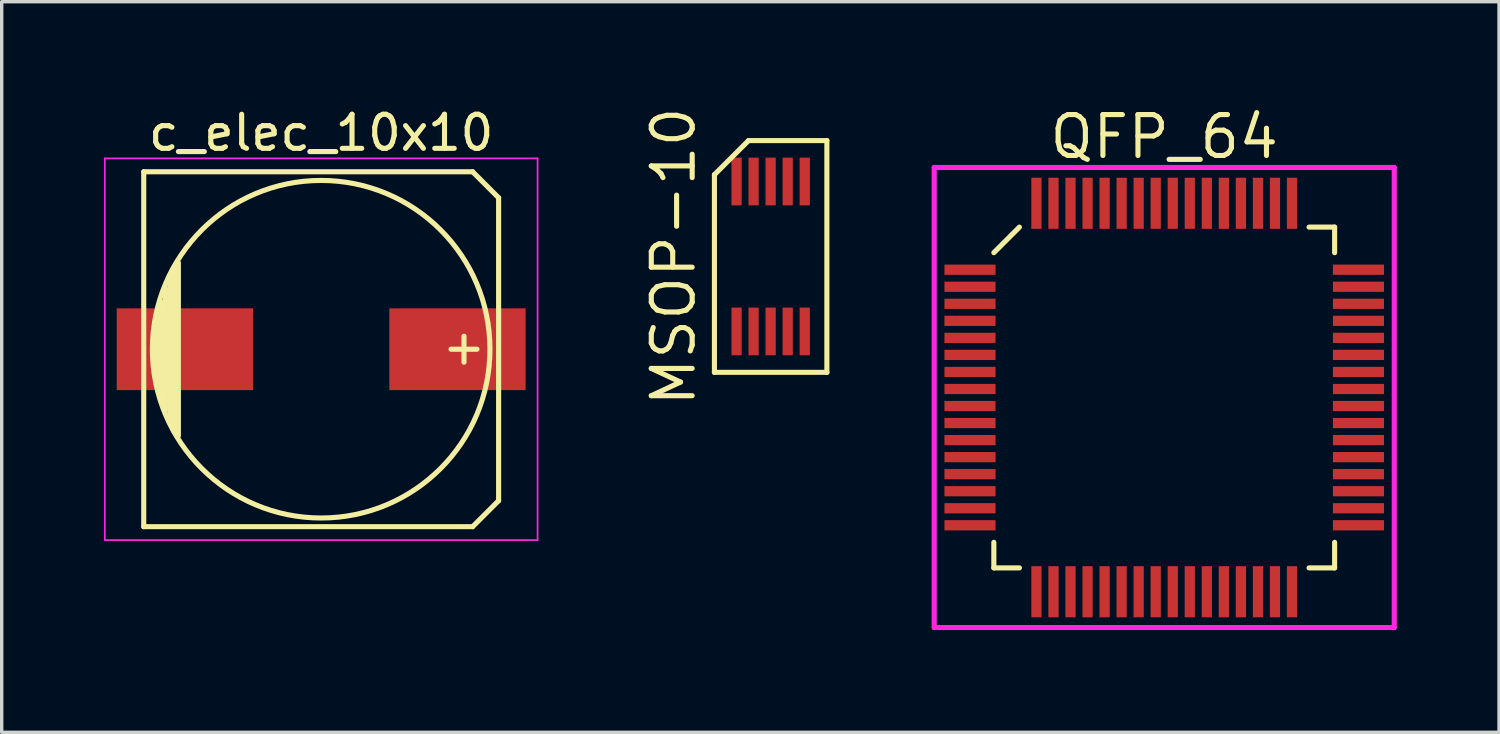
<source format=kicad_pcb>
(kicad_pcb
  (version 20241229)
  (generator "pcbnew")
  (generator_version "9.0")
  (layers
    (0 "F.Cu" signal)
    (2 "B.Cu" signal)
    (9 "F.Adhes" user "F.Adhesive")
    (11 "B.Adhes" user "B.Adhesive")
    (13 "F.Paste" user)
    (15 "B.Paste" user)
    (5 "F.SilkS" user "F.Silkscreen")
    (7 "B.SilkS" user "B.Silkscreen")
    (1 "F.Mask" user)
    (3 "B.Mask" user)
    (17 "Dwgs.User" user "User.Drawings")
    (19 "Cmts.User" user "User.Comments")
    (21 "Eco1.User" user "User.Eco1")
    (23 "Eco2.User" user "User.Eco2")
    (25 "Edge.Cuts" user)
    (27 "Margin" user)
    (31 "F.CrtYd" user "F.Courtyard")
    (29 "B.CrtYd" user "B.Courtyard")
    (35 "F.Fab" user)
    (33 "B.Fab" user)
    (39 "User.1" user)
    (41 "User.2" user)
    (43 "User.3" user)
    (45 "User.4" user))
  (footprint "c_elec_10x10"
    (layer "F.Cu")
    (at 6.375 7.198)
    (property "Reference" "c_elec_10x10" (at 0 -6.35 0) (layer "F.SilkS") (effects (font (size 1 1) (thickness 0.15))))
    (attr smd)
    (fp_line (start -5.207 -5.207) (end -5.207 5.207) (stroke (width 0.15) (type solid)) (layer "F.SilkS"))
    (fp_line (start -5.207 5.207) (end 4.445 5.207) (stroke (width 0.15) (type solid)) (layer "F.SilkS"))
    (fp_line (start -4.826 1.016) (end -4.826 -1.016) (stroke (width 0.15) (type solid)) (layer "F.SilkS"))
    (fp_line (start -4.699 -1.397) (end -4.699 1.524) (stroke (width 0.15) (type solid)) (layer "F.SilkS"))
    (fp_line (start -4.572 1.778) (end -4.572 -1.778) (stroke (width 0.15) (type solid)) (layer "F.SilkS"))
    (fp_line (start -4.445 -2.159) (end -4.445 2.159) (stroke (width 0.15) (type solid)) (layer "F.SilkS"))
    (fp_line (start -4.318 2.413) (end -4.318 -2.413) (stroke (width 0.15) (type solid)) (layer "F.SilkS"))
    (fp_line (start -4.191 -2.54) (end -4.191 2.54) (stroke (width 0.15) (type solid)) (layer "F.SilkS"))
    (fp_line (start 4.191 -0.381) (end 4.191 0.381) (stroke (width 0.15) (type solid)) (layer "F.SilkS"))
    (fp_line (start 4.445 -5.207) (end -5.207 -5.207) (stroke (width 0.15) (type solid)) (layer "F.SilkS"))
    (fp_line (start 4.445 5.207) (end 5.207 4.445) (stroke (width 0.15) (type solid)) (layer "F.SilkS"))
    (fp_line (start 4.572 0) (end 3.81 0) (stroke (width 0.15) (type solid)) (layer "F.SilkS"))
    (fp_line (start 5.207 -4.445) (end 4.445 -5.207) (stroke (width 0.15) (type solid)) (layer "F.SilkS"))
    (fp_line (start 5.207 4.445) (end 5.207 -4.445) (stroke (width 0.15) (type solid)) (layer "F.SilkS"))
    (fp_circle (center 0 0) (end 4.953 0) (stroke (width 0.15) (type solid)) (fill no) (layer "F.SilkS"))
    (fp_line (start -6.35 -5.6) (end 6.35 -5.6) (stroke (width 0.05) (type solid)) (layer "F.CrtYd"))
    (fp_line (start -6.35 5.6) (end -6.35 -5.6) (stroke (width 0.05) (type solid)) (layer "F.CrtYd"))
    (fp_line (start 6.35 -5.6) (end 6.35 5.6) (stroke (width 0.05) (type solid)) (layer "F.CrtYd"))
    (fp_line (start 6.35 5.6) (end -6.35 5.6) (stroke (width 0.05) (type solid)) (layer "F.CrtYd"))
    (pad "1" smd rect (at 4 0) (size 4 2.4) (layers "F.Cu" "F.Mask" "F.Paste"))
    (pad "2" smd rect (at -4 0) (size 4 2.4) (layers "F.Cu" "F.Mask" "F.Paste")))
  (footprint "QFP_64"
    (layer "F.Cu")
    (at 31.115 8.615)
    (property "Reference" "QFP_64" (at 0 -7.65 0) (layer "F.SilkS") (effects (font (size 1.2 1.2) (thickness 0.15))))
    (attr through_hole)
    (fp_line (start -5 -4.25) (end -4.25 -5) (stroke (width 0.15) (type solid)) (layer "F.SilkS"))
    (fp_line (start -5 5) (end -5 4.25) (stroke (width 0.15) (type solid)) (layer "F.SilkS"))
    (fp_line (start -4.25 5) (end -5 5) (stroke (width 0.15) (type solid)) (layer "F.SilkS"))
    (fp_line (start 4.25 -5) (end 5 -5) (stroke (width 0.15) (type solid)) (layer "F.SilkS"))
    (fp_line (start 4.25 5) (end 5 5) (stroke (width 0.15) (type solid)) (layer "F.SilkS"))
    (fp_line (start 5 -5) (end 5 -4.25) (stroke (width 0.15) (type solid)) (layer "F.SilkS"))
    (fp_line (start 5 5) (end 5 4.25) (stroke (width 0.15) (type solid)) (layer "F.SilkS"))
    (fp_line (start -6.75 -6.75) (end 6.75 -6.75) (stroke (width 0.15) (type solid)) (layer "F.CrtYd"))
    (fp_line (start -6.75 6.75) (end -6.75 -6.75) (stroke (width 0.15) (type solid)) (layer "F.CrtYd"))
    (fp_line (start 6.75 -6.75) (end 6.75 6.75) (stroke (width 0.15) (type solid)) (layer "F.CrtYd"))
    (fp_line (start 6.75 6.75) (end -6.75 6.75) (stroke (width 0.15) (type solid)) (layer "F.CrtYd"))
    (pad "1" smd rect (at -5.7 -3.75 90) (size 0.3 1.5) (layers "F.Cu" "F.Mask" "F.Paste"))
    (pad "2" smd rect (at -5.7 -3.25 90) (size 0.3 1.5) (layers "F.Cu" "F.Mask" "F.Paste"))
    (pad "3" smd rect (at -5.7 -2.75 90) (size 0.3 1.5) (layers "F.Cu" "F.Mask" "F.Paste"))
    (pad "4" smd rect (at -5.7 -2.25 90) (size 0.3 1.5) (layers "F.Cu" "F.Mask" "F.Paste"))
    (pad "5" smd rect (at -5.7 -1.75 90) (size 0.3 1.5) (layers "F.Cu" "F.Mask" "F.Paste"))
    (pad "6" smd rect (at -5.7 -1.25 90) (size 0.3 1.5) (layers "F.Cu" "F.Mask" "F.Paste"))
    (pad "7" smd rect (at -5.7 -0.75 90) (size 0.3 1.5) (layers "F.Cu" "F.Mask" "F.Paste"))
    (pad "8" smd rect (at -5.7 -0.25 90) (size 0.3 1.5) (layers "F.Cu" "F.Mask" "F.Paste"))
    (pad "9" smd rect (at -5.7 0.25 90) (size 0.3 1.5) (layers "F.Cu" "F.Mask" "F.Paste"))
    (pad "10" smd rect (at -5.7 0.75 90) (size 0.3 1.5) (layers "F.Cu" "F.Mask" "F.Paste"))
    (pad "11" smd rect (at -5.7 1.25 90) (size 0.3 1.5) (layers "F.Cu" "F.Mask" "F.Paste"))
    (pad "12" smd rect (at -5.7 1.75 90) (size 0.3 1.5) (layers "F.Cu" "F.Mask" "F.Paste"))
    (pad "13" smd rect (at -5.7 2.25 90) (size 0.3 1.5) (layers "F.Cu" "F.Mask" "F.Paste"))
    (pad "14" smd rect (at -5.7 2.75 90) (size 0.3 1.5) (layers "F.Cu" "F.Mask" "F.Paste"))
    (pad "15" smd rect (at -5.7 3.25 90) (size 0.3 1.5) (layers "F.Cu" "F.Mask" "F.Paste"))
    (pad "16" smd rect (at -5.7 3.75 90) (size 0.3 1.5) (layers "F.Cu" "F.Mask" "F.Paste"))
    (pad "17" smd rect (at -3.75 5.7) (size 0.3 1.5) (layers "F.Cu" "F.Mask" "F.Paste"))
    (pad "18" smd rect (at -3.25 5.7) (size 0.3 1.5) (layers "F.Cu" "F.Mask" "F.Paste"))
    (pad "19" smd rect (at -2.75 5.7) (size 0.3 1.5) (layers "F.Cu" "F.Mask" "F.Paste"))
    (pad "20" smd rect (at -2.25 5.7) (size 0.3 1.5) (layers "F.Cu" "F.Mask" "F.Paste"))
    (pad "21" smd rect (at -1.75 5.7) (size 0.3 1.5) (layers "F.Cu" "F.Mask" "F.Paste"))
    (pad "22" smd rect (at -1.25 5.7) (size 0.3 1.5) (layers "F.Cu" "F.Mask" "F.Paste"))
    (pad "23" smd rect (at -0.75 5.7) (size 0.3 1.5) (layers "F.Cu" "F.Mask" "F.Paste"))
    (pad "24" smd rect (at -0.25 5.7) (size 0.3 1.5) (layers "F.Cu" "F.Mask" "F.Paste"))
    (pad "25" smd rect (at 0.25 5.7) (size 0.3 1.5) (layers "F.Cu" "F.Mask" "F.Paste"))
    (pad "26" smd rect (at 0.75 5.7) (size 0.3 1.5) (layers "F.Cu" "F.Mask" "F.Paste"))
    (pad "27" smd rect (at 1.25 5.7) (size 0.3 1.5) (layers "F.Cu" "F.Mask" "F.Paste"))
    (pad "28" smd rect (at 1.75 5.7) (size 0.3 1.5) (layers "F.Cu" "F.Mask" "F.Paste"))
    (pad "29" smd rect (at 2.25 5.7) (size 0.3 1.5) (layers "F.Cu" "F.Mask" "F.Paste"))
    (pad "30" smd rect (at 2.75 5.7) (size 0.3 1.5) (layers "F.Cu" "F.Mask" "F.Paste"))
    (pad "31" smd rect (at 3.25 5.7) (size 0.3 1.5) (layers "F.Cu" "F.Mask" "F.Paste"))
    (pad "32" smd rect (at 3.75 5.7) (size 0.3 1.5) (layers "F.Cu" "F.Mask" "F.Paste"))
    (pad "33" smd rect (at 5.7 3.75 90) (size 0.3 1.5) (layers "F.Cu" "F.Mask" "F.Paste"))
    (pad "34" smd rect (at 5.7 3.25 90) (size 0.3 1.5) (layers "F.Cu" "F.Mask" "F.Paste"))
    (pad "35" smd rect (at 5.7 2.75 90) (size 0.3 1.5) (layers "F.Cu" "F.Mask" "F.Paste"))
    (pad "36" smd rect (at 5.7 2.25 90) (size 0.3 1.5) (layers "F.Cu" "F.Mask" "F.Paste"))
    (pad "37" smd rect (at 5.7 1.75 90) (size 0.3 1.5) (layers "F.Cu" "F.Mask" "F.Paste"))
    (pad "38" smd rect (at 5.7 1.25 90) (size 0.3 1.5) (layers "F.Cu" "F.Mask" "F.Paste"))
    (pad "39" smd rect (at 5.7 0.75 90) (size 0.3 1.5) (layers "F.Cu" "F.Mask" "F.Paste"))
    (pad "40" smd rect (at 5.7 0.25 90) (size 0.3 1.5) (layers "F.Cu" "F.Mask" "F.Paste"))
    (pad "41" smd rect (at 5.7 -0.25 90) (size 0.3 1.5) (layers "F.Cu" "F.Mask" "F.Paste"))
    (pad "42" smd rect (at 5.7 -0.75 90) (size 0.3 1.5) (layers "F.Cu" "F.Mask" "F.Paste"))
    (pad "43" smd rect (at 5.7 -1.25 90) (size 0.3 1.5) (layers "F.Cu" "F.Mask" "F.Paste"))
    (pad "44" smd rect (at 5.7 -1.75 90) (size 0.3 1.5) (layers "F.Cu" "F.Mask" "F.Paste"))
    (pad "45" smd rect (at 5.7 -2.25 90) (size 0.3 1.5) (layers "F.Cu" "F.Mask" "F.Paste"))
    (pad "46" smd rect (at 5.7 -2.75 90) (size 0.3 1.5) (layers "F.Cu" "F.Mask" "F.Paste"))
    (pad "47" smd rect (at 5.7 -3.25 90) (size 0.3 1.5) (layers "F.Cu" "F.Mask" "F.Paste"))
    (pad "48" smd rect (at 5.7 -3.75 90) (size 0.3 1.5) (layers "F.Cu" "F.Mask" "F.Paste"))
    (pad "49" smd rect (at 3.75 -5.7) (size 0.3 1.5) (layers "F.Cu" "F.Mask" "F.Paste"))
    (pad "50" smd rect (at 3.25 -5.7) (size 0.3 1.5) (layers "F.Cu" "F.Mask" "F.Paste"))
    (pad "51" smd rect (at 2.75 -5.7) (size 0.3 1.5) (layers "F.Cu" "F.Mask" "F.Paste"))
    (pad "52" smd rect (at 2.25 -5.7) (size 0.3 1.5) (layers "F.Cu" "F.Mask" "F.Paste"))
    (pad "53" smd rect (at 1.75 -5.7) (size 0.3 1.5) (layers "F.Cu" "F.Mask" "F.Paste"))
    (pad "54" smd rect (at 1.25 -5.7) (size 0.3 1.5) (layers "F.Cu" "F.Mask" "F.Paste"))
    (pad "55" smd rect (at 0.75 -5.7) (size 0.3 1.5) (layers "F.Cu" "F.Mask" "F.Paste"))
    (pad "56" smd rect (at 0.25 -5.7) (size 0.3 1.5) (layers "F.Cu" "F.Mask" "F.Paste"))
    (pad "57" smd rect (at -0.25 -5.7) (size 0.3 1.5) (layers "F.Cu" "F.Mask" "F.Paste"))
    (pad "58" smd rect (at -0.75 -5.7) (size 0.3 1.5) (layers "F.Cu" "F.Mask" "F.Paste"))
    (pad "59" smd rect (at -1.25 -5.7) (size 0.3 1.5) (layers "F.Cu" "F.Mask" "F.Paste"))
    (pad "60" smd rect (at -1.75 -5.7) (size 0.3 1.5) (layers "F.Cu" "F.Mask" "F.Paste"))
    (pad "61" smd rect (at -2.25 -5.7) (size 0.3 1.5) (layers "F.Cu" "F.Mask" "F.Paste"))
    (pad "62" smd rect (at -2.75 -5.7) (size 0.3 1.5) (layers "F.Cu" "F.Mask" "F.Paste"))
    (pad "63" smd rect (at -3.25 -5.7) (size 0.3 1.5) (layers "F.Cu" "F.Mask" "F.Paste"))
    (pad "64" smd rect (at -3.75 -5.7) (size 0.3 1.5) (layers "F.Cu" "F.Mask" "F.Paste")))
  (footprint "MSOP-10"
    (layer "F.Cu")
    (at 19.565 4.476)
    (property "Reference" "MSOP-10" (at -2.85 0 90) (layer "F.SilkS") (effects (font (size 1.2 1.2) (thickness 0.15))))
    (attr through_hole)
    (fp_line (start -1.65 -2.4) (end -1.65 3.4) (stroke (width 0.15) (type solid)) (layer "F.SilkS"))
    (fp_line (start -1.65 3.4) (end 1.65 3.4) (stroke (width 0.15) (type solid)) (layer "F.SilkS"))
    (fp_line (start -0.65 -3.4) (end -1.65 -2.4) (stroke (width 0.15) (type solid)) (layer "F.SilkS"))
    (fp_line (start 1.65 -3.4) (end -0.65 -3.4) (stroke (width 0.15) (type solid)) (layer "F.SilkS"))
    (fp_line (start 1.65 3.4) (end 1.65 -3.4) (stroke (width 0.15) (type solid)) (layer "F.SilkS"))
    (pad "1" smd rect (at -1 2.2) (size 0.3 1.4) (layers "F.Cu" "F.Mask" "F.Paste"))
    (pad "2" smd rect (at -0.5 2.2) (size 0.3 1.4) (layers "F.Cu" "F.Mask" "F.Paste"))
    (pad "3" smd rect (at 0 2.2) (size 0.3 1.4) (layers "F.Cu" "F.Mask" "F.Paste"))
    (pad "4" smd rect (at 0.5 2.2) (size 0.3 1.4) (layers "F.Cu" "F.Mask" "F.Paste"))
    (pad "5" smd rect (at 1 2.2) (size 0.3 1.4) (layers "F.Cu" "F.Mask" "F.Paste"))
    (pad "6" smd rect (at 1 -2.2) (size 0.3 1.4) (layers "F.Cu" "F.Mask" "F.Paste"))
    (pad "7" smd rect (at 0.5 -2.2) (size 0.3 1.4) (layers "F.Cu" "F.Mask" "F.Paste"))
    (pad "8" smd rect (at 0 -2.2) (size 0.3 1.4) (layers "F.Cu" "F.Mask" "F.Paste"))
    (pad "9" smd rect (at -0.5 -2.2) (size 0.3 1.4) (layers "F.Cu" "F.Mask" "F.Paste"))
    (pad "10" smd rect (at -1 -2.2) (size 0.3 1.4) (layers "F.Cu" "F.Mask" "F.Paste")))
  (gr_rect
    (start -3 -3)
    (end 40.94 18.44)
    (stroke (width 0.1) (type default))
    (fill no)
    (layer "Edge.Cuts")))
</source>
